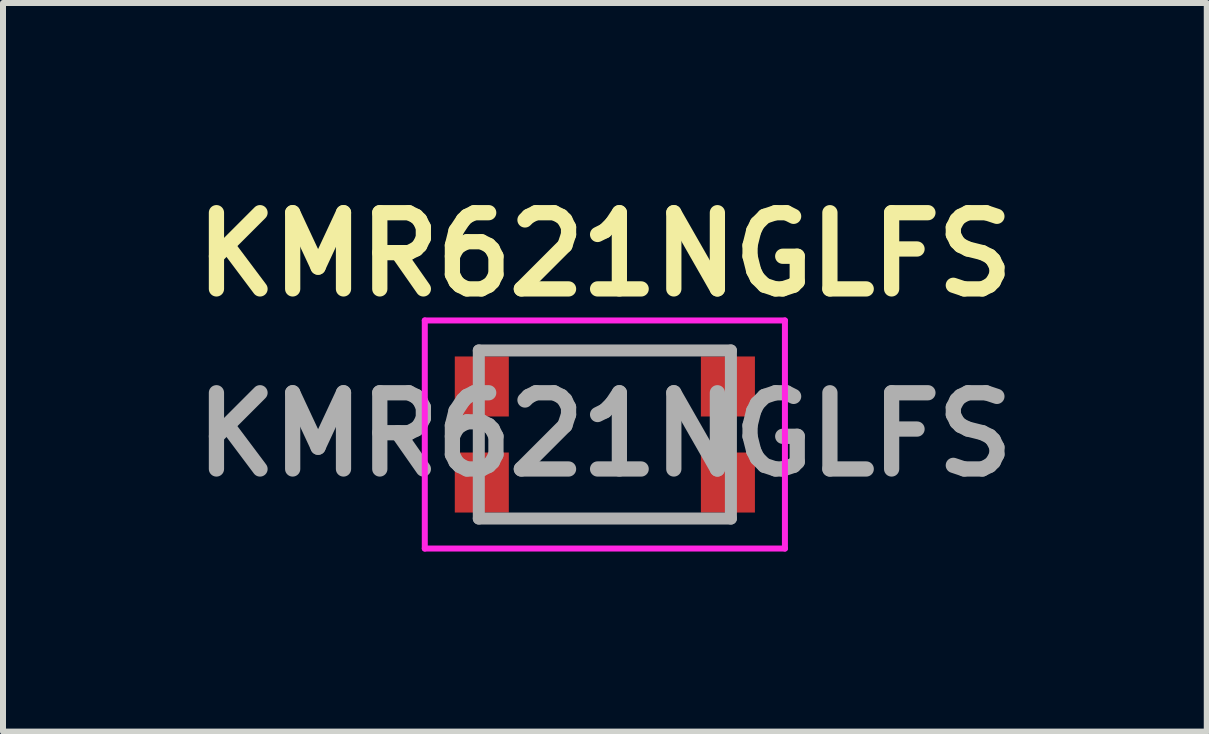
<source format=kicad_pcb>
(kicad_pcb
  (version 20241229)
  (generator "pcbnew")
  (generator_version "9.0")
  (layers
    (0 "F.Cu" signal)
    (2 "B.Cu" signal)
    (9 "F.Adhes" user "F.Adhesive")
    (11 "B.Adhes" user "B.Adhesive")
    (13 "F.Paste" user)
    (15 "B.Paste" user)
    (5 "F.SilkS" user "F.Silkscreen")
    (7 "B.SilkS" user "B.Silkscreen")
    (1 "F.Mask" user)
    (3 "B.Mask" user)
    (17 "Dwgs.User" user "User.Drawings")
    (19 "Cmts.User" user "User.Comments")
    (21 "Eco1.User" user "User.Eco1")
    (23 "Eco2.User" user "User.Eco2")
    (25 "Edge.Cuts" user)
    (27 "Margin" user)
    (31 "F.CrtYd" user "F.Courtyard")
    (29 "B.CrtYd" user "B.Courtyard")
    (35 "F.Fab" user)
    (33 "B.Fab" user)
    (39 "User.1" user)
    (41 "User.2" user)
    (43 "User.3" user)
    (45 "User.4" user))
  (footprint "KMR621NGLFS"
    (layer "F.Cu")
    (at 7.027 4.189)
    (property "Reference" "KMR621NGLFS" (at 0 -3 0) (layer "F.SilkS") (effects (font (size 1.27 1.27) (thickness 0.254))))
    (attr smd)
    (fp_line (start -1 -1.4) (end 1 -1.4) (stroke (width 0.1) (type solid)) (layer "F.SilkS"))
    (fp_line (start -1 1.4) (end 1 1.4) (stroke (width 0.1) (type solid)) (layer "F.SilkS"))
    (fp_line (start -3 -1.9) (end 3 -1.9) (stroke (width 0.1) (type solid)) (layer "F.CrtYd"))
    (fp_line (start -3 1.9) (end -3 -1.9) (stroke (width 0.1) (type solid)) (layer "F.CrtYd"))
    (fp_line (start 3 -1.9) (end 3 1.9) (stroke (width 0.1) (type solid)) (layer "F.CrtYd"))
    (fp_line (start 3 1.9) (end -3 1.9) (stroke (width 0.1) (type solid)) (layer "F.CrtYd"))
    (fp_line (start -2.1 -1.4) (end 2.1 -1.4) (stroke (width 0.2) (type solid)) (layer "F.Fab"))
    (fp_line (start -2.1 1.4) (end -2.1 -1.4) (stroke (width 0.2) (type solid)) (layer "F.Fab"))
    (fp_line (start 2.1 -1.4) (end 2.1 1.4) (stroke (width 0.2) (type solid)) (layer "F.Fab"))
    (fp_line (start 2.1 1.4) (end -2.1 1.4) (stroke (width 0.2) (type solid)) (layer "F.Fab"))
    (fp_text user "${REFERENCE}" (at 0 0 0) (layer "F.Fab") (effects (font (size 1.27 1.27) (thickness 0.254))))
    (pad "1" smd rect (at -2.05 -0.8) (size 0.9 1) (layers "F.Cu" "F.Mask" "F.Paste"))
    (pad "1" smd rect (at 2.05 -0.8) (size 0.9 1) (layers "F.Cu" "F.Mask" "F.Paste"))
    (pad "2" smd rect (at -2.05 0.8) (size 0.9 1) (layers "F.Cu" "F.Mask" "F.Paste"))
    (pad "2" smd rect (at 2.05 0.8) (size 0.9 1) (layers "F.Cu" "F.Mask" "F.Paste")))
  (gr_rect
    (start -3 -3)
    (end 17.055 9.139)
    (stroke (width 0.1) (type default))
    (fill no)
    (layer "Edge.Cuts")))
</source>
